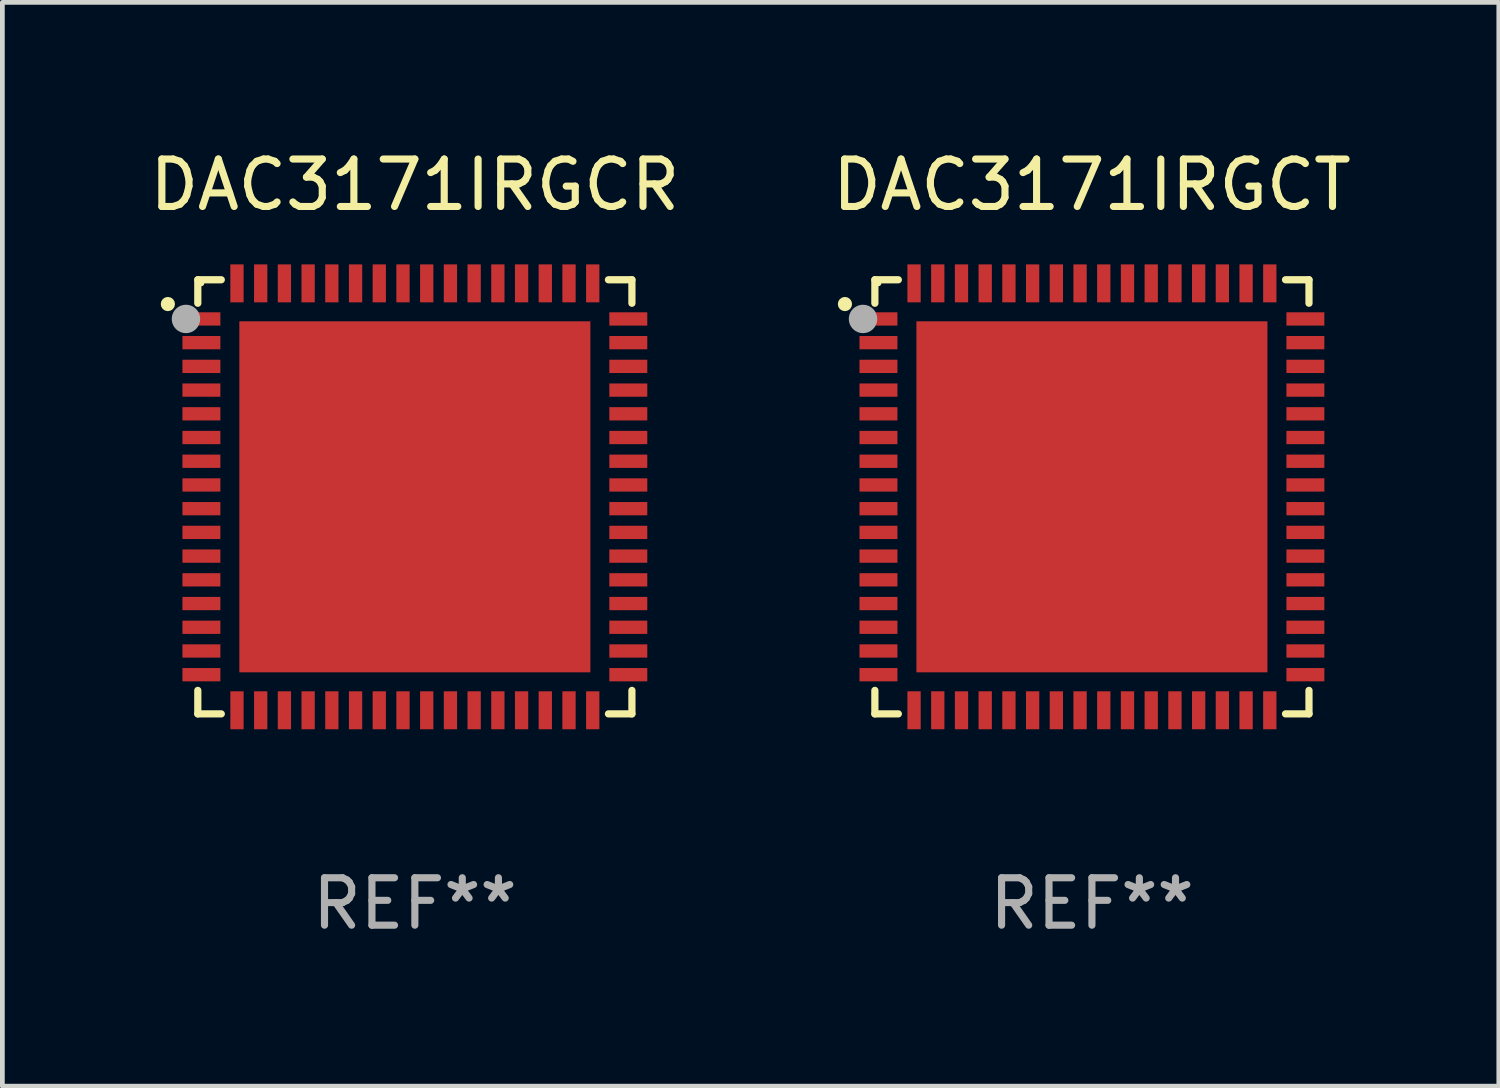
<source format=kicad_pcb>
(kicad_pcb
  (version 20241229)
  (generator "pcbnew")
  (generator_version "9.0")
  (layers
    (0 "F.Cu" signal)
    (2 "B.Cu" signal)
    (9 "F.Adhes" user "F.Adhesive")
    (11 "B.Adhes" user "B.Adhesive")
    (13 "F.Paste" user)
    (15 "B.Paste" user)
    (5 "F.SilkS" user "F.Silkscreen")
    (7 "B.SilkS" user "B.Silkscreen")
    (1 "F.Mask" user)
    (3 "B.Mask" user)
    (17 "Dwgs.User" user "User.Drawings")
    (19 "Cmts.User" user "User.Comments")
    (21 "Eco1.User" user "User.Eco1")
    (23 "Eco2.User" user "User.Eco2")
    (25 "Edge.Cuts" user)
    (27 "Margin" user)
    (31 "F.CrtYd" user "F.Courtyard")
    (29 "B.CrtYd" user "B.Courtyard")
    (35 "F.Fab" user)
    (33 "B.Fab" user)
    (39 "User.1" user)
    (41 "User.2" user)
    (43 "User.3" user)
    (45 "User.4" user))
  (footprint "DAC3171IRGCR"
    (layer "F.Cu")
    (at 5.696 7.424)
    (property "Reference" "DAC3171IRGCR" (at 0 -6.576 0) (layer "F.SilkS") (effects (font (size 1 1) (thickness 0.15))))
    (attr through_hole)
    (fp_line (start -4.576 -4.576) (end -4.576 -4.081) (stroke (width 0.152) (type solid)) (layer "F.SilkS"))
    (fp_line (start -4.576 4.576) (end -4.576 4.081) (stroke (width 0.152) (type solid)) (layer "F.SilkS"))
    (fp_line (start -4.081 -4.576) (end -4.576 -4.576) (stroke (width 0.152) (type solid)) (layer "F.SilkS"))
    (fp_line (start -4.081 4.576) (end -4.576 4.576) (stroke (width 0.152) (type solid)) (layer "F.SilkS"))
    (fp_line (start 4.081 -4.576) (end 4.576 -4.576) (stroke (width 0.152) (type solid)) (layer "F.SilkS"))
    (fp_line (start 4.081 4.576) (end 4.576 4.576) (stroke (width 0.152) (type solid)) (layer "F.SilkS"))
    (fp_line (start 4.576 -4.576) (end 4.576 -4.081) (stroke (width 0.152) (type solid)) (layer "F.SilkS"))
    (fp_line (start 4.576 4.576) (end 4.576 4.081) (stroke (width 0.152) (type solid)) (layer "F.SilkS"))
    (fp_circle (center -5.207 -4.064) (end -5.132 -4.064) (stroke (width 0.15) (type solid)) (fill no) (layer "F.SilkS"))
    (fp_circle (center -4.5 -4.5) (end -4.47 -4.5) (stroke (width 0.06) (type solid)) (fill no) (layer "F.SilkS"))
    (fp_circle (center -4.826 -3.75) (end -4.676 -3.75) (stroke (width 0.3) (type solid)) (fill no) (layer "F.Fab"))
    (fp_text user "REF**" (at 0 8.576 0) (layer "F.Fab") (effects (font (size 1 1) (thickness 0.15))))
    (pad "1" smd rect (at -4.5 -3.75) (size 0.8 0.28) (layers "F.Cu" "F.Mask" "F.Paste"))
    (pad "2" smd rect (at -4.5 -3.25) (size 0.8 0.28) (layers "F.Cu" "F.Mask" "F.Paste"))
    (pad "3" smd rect (at -4.5 -2.75) (size 0.8 0.28) (layers "F.Cu" "F.Mask" "F.Paste"))
    (pad "4" smd rect (at -4.5 -2.25) (size 0.8 0.28) (layers "F.Cu" "F.Mask" "F.Paste"))
    (pad "5" smd rect (at -4.5 -1.75) (size 0.8 0.28) (layers "F.Cu" "F.Mask" "F.Paste"))
    (pad "6" smd rect (at -4.5 -1.25) (size 0.8 0.28) (layers "F.Cu" "F.Mask" "F.Paste"))
    (pad "7" smd rect (at -4.5 -0.75) (size 0.8 0.28) (layers "F.Cu" "F.Mask" "F.Paste"))
    (pad "8" smd rect (at -4.5 -0.25) (size 0.8 0.28) (layers "F.Cu" "F.Mask" "F.Paste"))
    (pad "9" smd rect (at -4.5 0.25) (size 0.8 0.28) (layers "F.Cu" "F.Mask" "F.Paste"))
    (pad "10" smd rect (at -4.5 0.75) (size 0.8 0.28) (layers "F.Cu" "F.Mask" "F.Paste"))
    (pad "11" smd rect (at -4.5 1.25) (size 0.8 0.28) (layers "F.Cu" "F.Mask" "F.Paste"))
    (pad "12" smd rect (at -4.5 1.75) (size 0.8 0.28) (layers "F.Cu" "F.Mask" "F.Paste"))
    (pad "13" smd rect (at -4.5 2.25) (size 0.8 0.28) (layers "F.Cu" "F.Mask" "F.Paste"))
    (pad "14" smd rect (at -4.5 2.75) (size 0.8 0.28) (layers "F.Cu" "F.Mask" "F.Paste"))
    (pad "15" smd rect (at -4.5 3.25) (size 0.8 0.28) (layers "F.Cu" "F.Mask" "F.Paste"))
    (pad "16" smd rect (at -4.5 3.75) (size 0.8 0.28) (layers "F.Cu" "F.Mask" "F.Paste"))
    (pad "17" smd rect (at -3.75 4.5) (size 0.28 0.8) (layers "F.Cu" "F.Mask" "F.Paste"))
    (pad "18" smd rect (at -3.25 4.5) (size 0.28 0.8) (layers "F.Cu" "F.Mask" "F.Paste"))
    (pad "19" smd rect (at -2.75 4.5) (size 0.28 0.8) (layers "F.Cu" "F.Mask" "F.Paste"))
    (pad "20" smd rect (at -2.25 4.5) (size 0.28 0.8) (layers "F.Cu" "F.Mask" "F.Paste"))
    (pad "21" smd rect (at -1.75 4.5) (size 0.28 0.8) (layers "F.Cu" "F.Mask" "F.Paste"))
    (pad "22" smd rect (at -1.25 4.5) (size 0.28 0.8) (layers "F.Cu" "F.Mask" "F.Paste"))
    (pad "23" smd rect (at -0.75 4.5) (size 0.28 0.8) (layers "F.Cu" "F.Mask" "F.Paste"))
    (pad "24" smd rect (at -0.25 4.5) (size 0.28 0.8) (layers "F.Cu" "F.Mask" "F.Paste"))
    (pad "25" smd rect (at 0.25 4.5) (size 0.28 0.8) (layers "F.Cu" "F.Mask" "F.Paste"))
    (pad "26" smd rect (at 0.75 4.5) (size 0.28 0.8) (layers "F.Cu" "F.Mask" "F.Paste"))
    (pad "27" smd rect (at 1.25 4.5) (size 0.28 0.8) (layers "F.Cu" "F.Mask" "F.Paste"))
    (pad "28" smd rect (at 1.75 4.5) (size 0.28 0.8) (layers "F.Cu" "F.Mask" "F.Paste"))
    (pad "29" smd rect (at 2.25 4.5) (size 0.28 0.8) (layers "F.Cu" "F.Mask" "F.Paste"))
    (pad "30" smd rect (at 2.75 4.5) (size 0.28 0.8) (layers "F.Cu" "F.Mask" "F.Paste"))
    (pad "31" smd rect (at 3.25 4.5) (size 0.28 0.8) (layers "F.Cu" "F.Mask" "F.Paste"))
    (pad "32" smd rect (at 3.75 4.5) (size 0.28 0.8) (layers "F.Cu" "F.Mask" "F.Paste"))
    (pad "33" smd rect (at 4.5 3.75) (size 0.8 0.28) (layers "F.Cu" "F.Mask" "F.Paste"))
    (pad "34" smd rect (at 4.5 3.25) (size 0.8 0.28) (layers "F.Cu" "F.Mask" "F.Paste"))
    (pad "35" smd rect (at 4.5 2.75) (size 0.8 0.28) (layers "F.Cu" "F.Mask" "F.Paste"))
    (pad "36" smd rect (at 4.5 2.25) (size 0.8 0.28) (layers "F.Cu" "F.Mask" "F.Paste"))
    (pad "37" smd rect (at 4.5 1.75) (size 0.8 0.28) (layers "F.Cu" "F.Mask" "F.Paste"))
    (pad "38" smd rect (at 4.5 1.25) (size 0.8 0.28) (layers "F.Cu" "F.Mask" "F.Paste"))
    (pad "39" smd rect (at 4.5 0.75) (size 0.8 0.28) (layers "F.Cu" "F.Mask" "F.Paste"))
    (pad "40" smd rect (at 4.5 0.25) (size 0.8 0.28) (layers "F.Cu" "F.Mask" "F.Paste"))
    (pad "41" smd rect (at 4.5 -0.25) (size 0.8 0.28) (layers "F.Cu" "F.Mask" "F.Paste"))
    (pad "42" smd rect (at 4.5 -0.75) (size 0.8 0.28) (layers "F.Cu" "F.Mask" "F.Paste"))
    (pad "43" smd rect (at 4.5 -1.25) (size 0.8 0.28) (layers "F.Cu" "F.Mask" "F.Paste"))
    (pad "44" smd rect (at 4.5 -1.75) (size 0.8 0.28) (layers "F.Cu" "F.Mask" "F.Paste"))
    (pad "45" smd rect (at 4.5 -2.25) (size 0.8 0.28) (layers "F.Cu" "F.Mask" "F.Paste"))
    (pad "46" smd rect (at 4.5 -2.75) (size 0.8 0.28) (layers "F.Cu" "F.Mask" "F.Paste"))
    (pad "47" smd rect (at 4.5 -3.25) (size 0.8 0.28) (layers "F.Cu" "F.Mask" "F.Paste"))
    (pad "48" smd rect (at 4.5 -3.75) (size 0.8 0.28) (layers "F.Cu" "F.Mask" "F.Paste"))
    (pad "49" smd rect (at 3.75 -4.5) (size 0.28 0.8) (layers "F.Cu" "F.Mask" "F.Paste"))
    (pad "50" smd rect (at 3.25 -4.5) (size 0.28 0.8) (layers "F.Cu" "F.Mask" "F.Paste"))
    (pad "51" smd rect (at 2.75 -4.5) (size 0.28 0.8) (layers "F.Cu" "F.Mask" "F.Paste"))
    (pad "52" smd rect (at 2.25 -4.5) (size 0.28 0.8) (layers "F.Cu" "F.Mask" "F.Paste"))
    (pad "53" smd rect (at 1.75 -4.5) (size 0.28 0.8) (layers "F.Cu" "F.Mask" "F.Paste"))
    (pad "54" smd rect (at 1.25 -4.5) (size 0.28 0.8) (layers "F.Cu" "F.Mask" "F.Paste"))
    (pad "55" smd rect (at 0.75 -4.5) (size 0.28 0.8) (layers "F.Cu" "F.Mask" "F.Paste"))
    (pad "56" smd rect (at 0.25 -4.5) (size 0.28 0.8) (layers "F.Cu" "F.Mask" "F.Paste"))
    (pad "57" smd rect (at -0.25 -4.5) (size 0.28 0.8) (layers "F.Cu" "F.Mask" "F.Paste"))
    (pad "58" smd rect (at -0.75 -4.5) (size 0.28 0.8) (layers "F.Cu" "F.Mask" "F.Paste"))
    (pad "59" smd rect (at -1.25 -4.5) (size 0.28 0.8) (layers "F.Cu" "F.Mask" "F.Paste"))
    (pad "60" smd rect (at -1.75 -4.5) (size 0.28 0.8) (layers "F.Cu" "F.Mask" "F.Paste"))
    (pad "61" smd rect (at -2.25 -4.5) (size 0.28 0.8) (layers "F.Cu" "F.Mask" "F.Paste"))
    (pad "62" smd rect (at -2.75 -4.5) (size 0.28 0.8) (layers "F.Cu" "F.Mask" "F.Paste"))
    (pad "63" smd rect (at -3.25 -4.5) (size 0.28 0.8) (layers "F.Cu" "F.Mask" "F.Paste"))
    (pad "64" smd rect (at -3.75 -4.5) (size 0.28 0.8) (layers "F.Cu" "F.Mask" "F.Paste"))
    (pad "65" smd rect (at 0 0) (size 7.4 7.4) (layers "F.Cu" "F.Mask" "F.Paste")))
  (footprint "DAC3171IRGCT"
    (layer "F.Cu")
    (at 19.97 7.424)
    (property "Reference" "DAC3171IRGCT" (at 0 -6.576 0) (layer "F.SilkS") (effects (font (size 1 1) (thickness 0.15))))
    (attr through_hole)
    (fp_line (start -4.576 -4.576) (end -4.576 -4.081) (stroke (width 0.152) (type solid)) (layer "F.SilkS"))
    (fp_line (start -4.576 4.576) (end -4.576 4.081) (stroke (width 0.152) (type solid)) (layer "F.SilkS"))
    (fp_line (start -4.081 -4.576) (end -4.576 -4.576) (stroke (width 0.152) (type solid)) (layer "F.SilkS"))
    (fp_line (start -4.081 4.576) (end -4.576 4.576) (stroke (width 0.152) (type solid)) (layer "F.SilkS"))
    (fp_line (start 4.081 -4.576) (end 4.576 -4.576) (stroke (width 0.152) (type solid)) (layer "F.SilkS"))
    (fp_line (start 4.081 4.576) (end 4.576 4.576) (stroke (width 0.152) (type solid)) (layer "F.SilkS"))
    (fp_line (start 4.576 -4.576) (end 4.576 -4.081) (stroke (width 0.152) (type solid)) (layer "F.SilkS"))
    (fp_line (start 4.576 4.576) (end 4.576 4.081) (stroke (width 0.152) (type solid)) (layer "F.SilkS"))
    (fp_circle (center -5.207 -4.064) (end -5.132 -4.064) (stroke (width 0.15) (type solid)) (fill no) (layer "F.SilkS"))
    (fp_circle (center -4.5 -4.5) (end -4.47 -4.5) (stroke (width 0.06) (type solid)) (fill no) (layer "F.SilkS"))
    (fp_circle (center -4.826 -3.75) (end -4.676 -3.75) (stroke (width 0.3) (type solid)) (fill no) (layer "F.Fab"))
    (fp_text user "REF**" (at 0 8.576 0) (layer "F.Fab") (effects (font (size 1 1) (thickness 0.15))))
    (pad "1" smd rect (at -4.5 -3.75) (size 0.8 0.28) (layers "F.Cu" "F.Mask" "F.Paste"))
    (pad "2" smd rect (at -4.5 -3.25) (size 0.8 0.28) (layers "F.Cu" "F.Mask" "F.Paste"))
    (pad "3" smd rect (at -4.5 -2.75) (size 0.8 0.28) (layers "F.Cu" "F.Mask" "F.Paste"))
    (pad "4" smd rect (at -4.5 -2.25) (size 0.8 0.28) (layers "F.Cu" "F.Mask" "F.Paste"))
    (pad "5" smd rect (at -4.5 -1.75) (size 0.8 0.28) (layers "F.Cu" "F.Mask" "F.Paste"))
    (pad "6" smd rect (at -4.5 -1.25) (size 0.8 0.28) (layers "F.Cu" "F.Mask" "F.Paste"))
    (pad "7" smd rect (at -4.5 -0.75) (size 0.8 0.28) (layers "F.Cu" "F.Mask" "F.Paste"))
    (pad "8" smd rect (at -4.5 -0.25) (size 0.8 0.28) (layers "F.Cu" "F.Mask" "F.Paste"))
    (pad "9" smd rect (at -4.5 0.25) (size 0.8 0.28) (layers "F.Cu" "F.Mask" "F.Paste"))
    (pad "10" smd rect (at -4.5 0.75) (size 0.8 0.28) (layers "F.Cu" "F.Mask" "F.Paste"))
    (pad "11" smd rect (at -4.5 1.25) (size 0.8 0.28) (layers "F.Cu" "F.Mask" "F.Paste"))
    (pad "12" smd rect (at -4.5 1.75) (size 0.8 0.28) (layers "F.Cu" "F.Mask" "F.Paste"))
    (pad "13" smd rect (at -4.5 2.25) (size 0.8 0.28) (layers "F.Cu" "F.Mask" "F.Paste"))
    (pad "14" smd rect (at -4.5 2.75) (size 0.8 0.28) (layers "F.Cu" "F.Mask" "F.Paste"))
    (pad "15" smd rect (at -4.5 3.25) (size 0.8 0.28) (layers "F.Cu" "F.Mask" "F.Paste"))
    (pad "16" smd rect (at -4.5 3.75) (size 0.8 0.28) (layers "F.Cu" "F.Mask" "F.Paste"))
    (pad "17" smd rect (at -3.75 4.5) (size 0.28 0.8) (layers "F.Cu" "F.Mask" "F.Paste"))
    (pad "18" smd rect (at -3.25 4.5) (size 0.28 0.8) (layers "F.Cu" "F.Mask" "F.Paste"))
    (pad "19" smd rect (at -2.75 4.5) (size 0.28 0.8) (layers "F.Cu" "F.Mask" "F.Paste"))
    (pad "20" smd rect (at -2.25 4.5) (size 0.28 0.8) (layers "F.Cu" "F.Mask" "F.Paste"))
    (pad "21" smd rect (at -1.75 4.5) (size 0.28 0.8) (layers "F.Cu" "F.Mask" "F.Paste"))
    (pad "22" smd rect (at -1.25 4.5) (size 0.28 0.8) (layers "F.Cu" "F.Mask" "F.Paste"))
    (pad "23" smd rect (at -0.75 4.5) (size 0.28 0.8) (layers "F.Cu" "F.Mask" "F.Paste"))
    (pad "24" smd rect (at -0.25 4.5) (size 0.28 0.8) (layers "F.Cu" "F.Mask" "F.Paste"))
    (pad "25" smd rect (at 0.25 4.5) (size 0.28 0.8) (layers "F.Cu" "F.Mask" "F.Paste"))
    (pad "26" smd rect (at 0.75 4.5) (size 0.28 0.8) (layers "F.Cu" "F.Mask" "F.Paste"))
    (pad "27" smd rect (at 1.25 4.5) (size 0.28 0.8) (layers "F.Cu" "F.Mask" "F.Paste"))
    (pad "28" smd rect (at 1.75 4.5) (size 0.28 0.8) (layers "F.Cu" "F.Mask" "F.Paste"))
    (pad "29" smd rect (at 2.25 4.5) (size 0.28 0.8) (layers "F.Cu" "F.Mask" "F.Paste"))
    (pad "30" smd rect (at 2.75 4.5) (size 0.28 0.8) (layers "F.Cu" "F.Mask" "F.Paste"))
    (pad "31" smd rect (at 3.25 4.5) (size 0.28 0.8) (layers "F.Cu" "F.Mask" "F.Paste"))
    (pad "32" smd rect (at 3.75 4.5) (size 0.28 0.8) (layers "F.Cu" "F.Mask" "F.Paste"))
    (pad "33" smd rect (at 4.5 3.75) (size 0.8 0.28) (layers "F.Cu" "F.Mask" "F.Paste"))
    (pad "34" smd rect (at 4.5 3.25) (size 0.8 0.28) (layers "F.Cu" "F.Mask" "F.Paste"))
    (pad "35" smd rect (at 4.5 2.75) (size 0.8 0.28) (layers "F.Cu" "F.Mask" "F.Paste"))
    (pad "36" smd rect (at 4.5 2.25) (size 0.8 0.28) (layers "F.Cu" "F.Mask" "F.Paste"))
    (pad "37" smd rect (at 4.5 1.75) (size 0.8 0.28) (layers "F.Cu" "F.Mask" "F.Paste"))
    (pad "38" smd rect (at 4.5 1.25) (size 0.8 0.28) (layers "F.Cu" "F.Mask" "F.Paste"))
    (pad "39" smd rect (at 4.5 0.75) (size 0.8 0.28) (layers "F.Cu" "F.Mask" "F.Paste"))
    (pad "40" smd rect (at 4.5 0.25) (size 0.8 0.28) (layers "F.Cu" "F.Mask" "F.Paste"))
    (pad "41" smd rect (at 4.5 -0.25) (size 0.8 0.28) (layers "F.Cu" "F.Mask" "F.Paste"))
    (pad "42" smd rect (at 4.5 -0.75) (size 0.8 0.28) (layers "F.Cu" "F.Mask" "F.Paste"))
    (pad "43" smd rect (at 4.5 -1.25) (size 0.8 0.28) (layers "F.Cu" "F.Mask" "F.Paste"))
    (pad "44" smd rect (at 4.5 -1.75) (size 0.8 0.28) (layers "F.Cu" "F.Mask" "F.Paste"))
    (pad "45" smd rect (at 4.5 -2.25) (size 0.8 0.28) (layers "F.Cu" "F.Mask" "F.Paste"))
    (pad "46" smd rect (at 4.5 -2.75) (size 0.8 0.28) (layers "F.Cu" "F.Mask" "F.Paste"))
    (pad "47" smd rect (at 4.5 -3.25) (size 0.8 0.28) (layers "F.Cu" "F.Mask" "F.Paste"))
    (pad "48" smd rect (at 4.5 -3.75) (size 0.8 0.28) (layers "F.Cu" "F.Mask" "F.Paste"))
    (pad "49" smd rect (at 3.75 -4.5) (size 0.28 0.8) (layers "F.Cu" "F.Mask" "F.Paste"))
    (pad "50" smd rect (at 3.25 -4.5) (size 0.28 0.8) (layers "F.Cu" "F.Mask" "F.Paste"))
    (pad "51" smd rect (at 2.75 -4.5) (size 0.28 0.8) (layers "F.Cu" "F.Mask" "F.Paste"))
    (pad "52" smd rect (at 2.25 -4.5) (size 0.28 0.8) (layers "F.Cu" "F.Mask" "F.Paste"))
    (pad "53" smd rect (at 1.75 -4.5) (size 0.28 0.8) (layers "F.Cu" "F.Mask" "F.Paste"))
    (pad "54" smd rect (at 1.25 -4.5) (size 0.28 0.8) (layers "F.Cu" "F.Mask" "F.Paste"))
    (pad "55" smd rect (at 0.75 -4.5) (size 0.28 0.8) (layers "F.Cu" "F.Mask" "F.Paste"))
    (pad "56" smd rect (at 0.25 -4.5) (size 0.28 0.8) (layers "F.Cu" "F.Mask" "F.Paste"))
    (pad "57" smd rect (at -0.25 -4.5) (size 0.28 0.8) (layers "F.Cu" "F.Mask" "F.Paste"))
    (pad "58" smd rect (at -0.75 -4.5) (size 0.28 0.8) (layers "F.Cu" "F.Mask" "F.Paste"))
    (pad "59" smd rect (at -1.25 -4.5) (size 0.28 0.8) (layers "F.Cu" "F.Mask" "F.Paste"))
    (pad "60" smd rect (at -1.75 -4.5) (size 0.28 0.8) (layers "F.Cu" "F.Mask" "F.Paste"))
    (pad "61" smd rect (at -2.25 -4.5) (size 0.28 0.8) (layers "F.Cu" "F.Mask" "F.Paste"))
    (pad "62" smd rect (at -2.75 -4.5) (size 0.28 0.8) (layers "F.Cu" "F.Mask" "F.Paste"))
    (pad "63" smd rect (at -3.25 -4.5) (size 0.28 0.8) (layers "F.Cu" "F.Mask" "F.Paste"))
    (pad "64" smd rect (at -3.75 -4.5) (size 0.28 0.8) (layers "F.Cu" "F.Mask" "F.Paste"))
    (pad "65" smd rect (at 0 0) (size 7.4 7.4) (layers "F.Cu" "F.Mask" "F.Paste")))
  (gr_rect
    (start -3 -3)
    (end 28.548 19.849)
    (stroke (width 0.1) (type default))
    (fill no)
    (layer "Edge.Cuts")))
</source>
